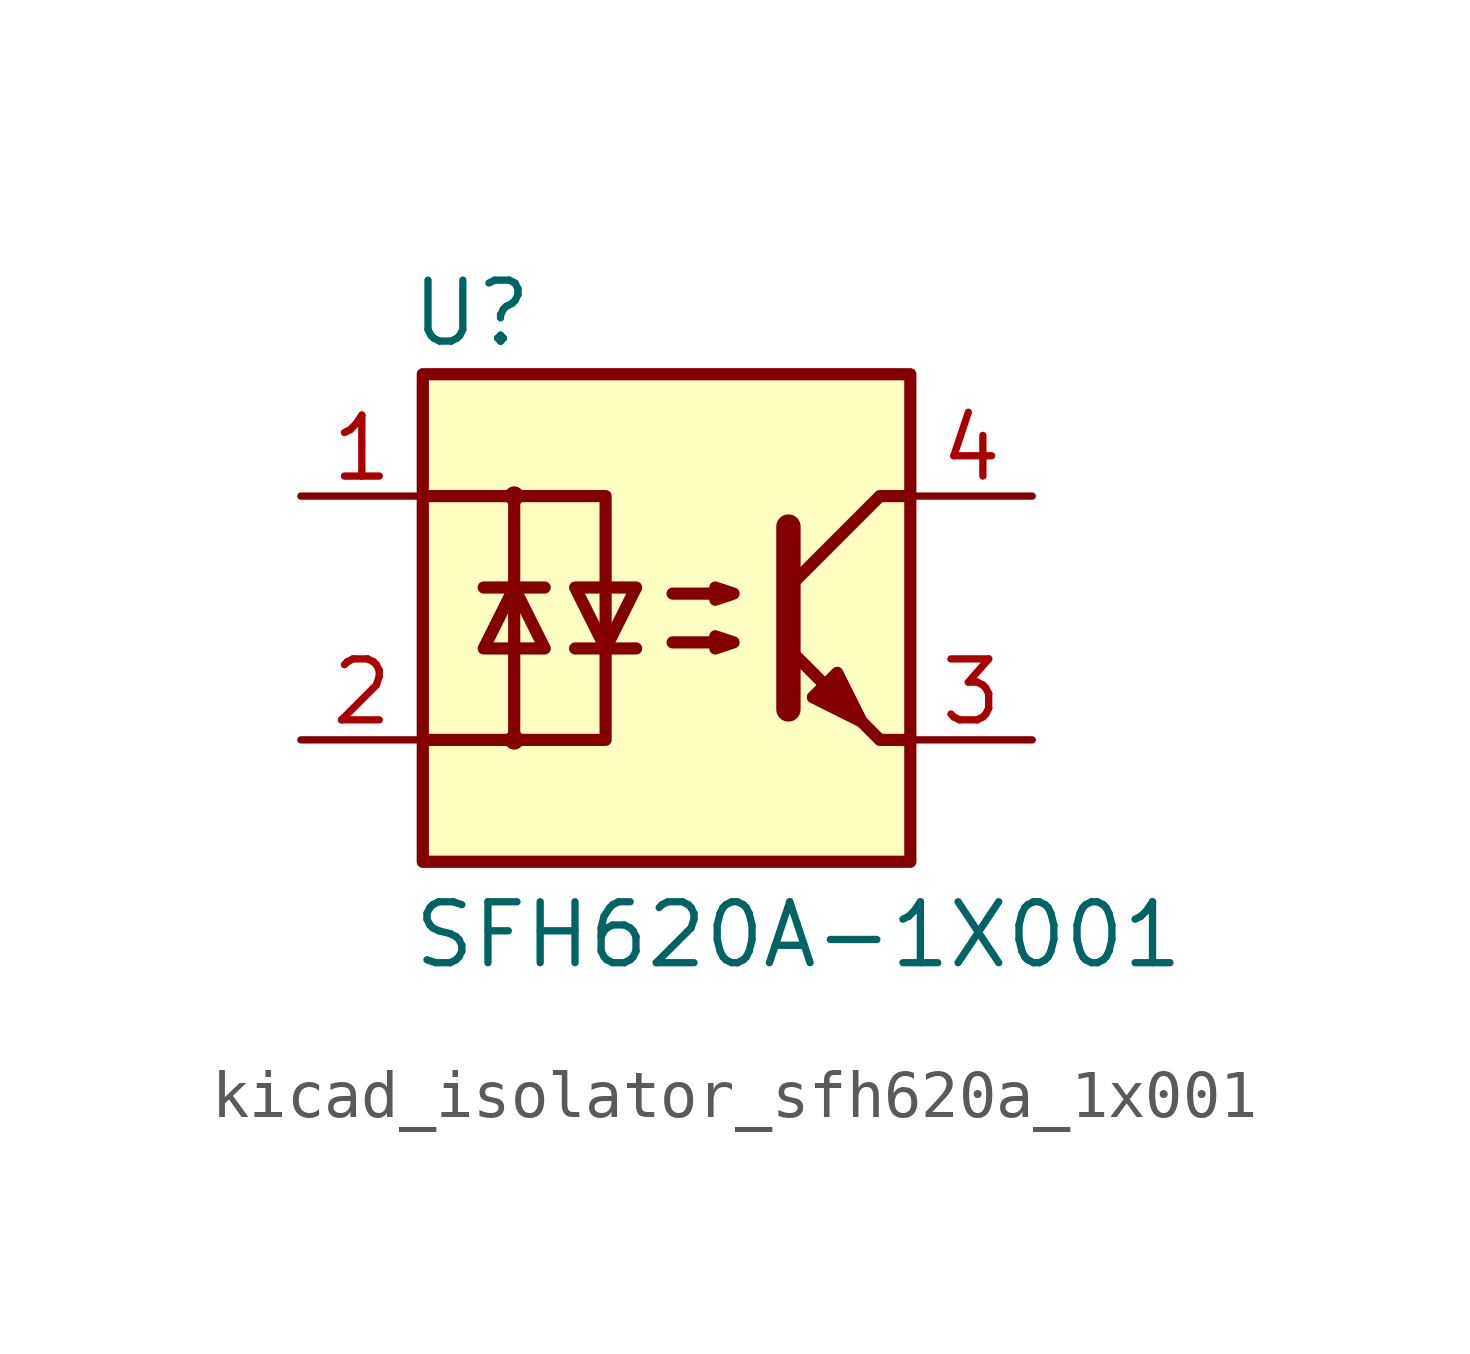
<source format=kicad_sym>
(kicad_symbol_lib
  (version 20220914)
  (generator kicad_symbol_editor)
  (symbol "kicad_isolator_sfh620a_1x001"
    (pin_names
      (offset 1.016))
    (property "Reference" "U"
      (at -4.064 6.35 0)
      (effects (font (size 1.27 1.27))))
    (property "Value" "SFH620A-1X001"
      (at -5.334 -6.604 0)
      (effects (font (size 1.27 1.27)) (justify left)))
    (symbol "kicad_isolator_sfh620a_1x001_0_1"
      (rectangle (start -5.08 5.08) (end 5.08 -5.08) (stroke (width 0.254) (type default)) (fill (type background))))
    (symbol "kicad_isolator_sfh620a_1x001_1_1"
      (circle (center -3.175 -2.54) (radius 0.127) (stroke (width 0) (type default)) (fill (type none)))
      (circle (center -3.175 2.54) (radius 0.127) (stroke (width 0) (type default)) (fill (type none)))
      (polyline (pts (xy -3.81 0.635) (xy -2.54 0.635)) (stroke (width 0.254) (type default)) (fill (type none)))
      (polyline (pts (xy -1.905 -0.635) (xy -0.635 -0.635)) (stroke (width 0.254) (type default)) (fill (type none)))
      (polyline (pts (xy 2.54 1.905) (xy 2.54 -1.905) (xy 2.54 -1.905)) (stroke (width 0.508) (type default)) (fill (type none)))
      (polyline (pts (xy 5.08 -2.54) (xy 4.445 -2.54) (xy 2.54 -0.635)) (stroke (width 0.254) (type default)) (fill (type none)))
      (polyline (pts (xy 5.08 2.54) (xy 4.445 2.54) (xy 2.54 0.635)) (stroke (width 0.254) (type default)) (fill (type none)))
      (polyline (pts (xy -5.08 2.54) (xy -3.175 2.54) (xy -3.175 -2.54) (xy -5.08 -2.54)) (stroke (width 0.254) (type default)) (fill (type none)))
      (polyline (pts (xy -3.175 -2.54) (xy -1.27 -2.54) (xy -1.27 2.54) (xy -3.175 2.54)) (stroke (width 0.254) (type default)) (fill (type none)))
      (polyline (pts (xy -3.175 0.635) (xy -3.81 -0.635) (xy -2.54 -0.635) (xy -3.175 0.635)) (stroke (width 0.254) (type default)) (fill (type none)))
      (polyline (pts (xy -1.27 -0.635) (xy -1.905 0.635) (xy -0.635 0.635) (xy -1.27 -0.635)) (stroke (width 0.254) (type default)) (fill (type none)))
      (polyline (pts (xy 0.127 -0.508) (xy 1.397 -0.508) (xy 1.016 -0.635) (xy 1.016 -0.381) (xy 1.397 -0.508)) (stroke (width 0.254) (type default)) (fill (type none)))
      (polyline (pts (xy 0.127 0.508) (xy 1.397 0.508) (xy 1.016 0.381) (xy 1.016 0.635) (xy 1.397 0.508)) (stroke (width 0.254) (type default)) (fill (type none)))
      (polyline (pts (xy 3.048 -1.651) (xy 3.556 -1.143) (xy 4.064 -2.159) (xy 3.048 -1.651) (xy 3.048 -1.651)) (stroke (width 0.254) (type default)) (fill (type outline)))
      (pin passive line (at -7.62 2.54 0) (length 2.54) (name "~" (effects (font (size 1.27 1.27)))) (number "1" (effects (font (size 1.27 1.27)))))
      (pin passive line (at -7.62 -2.54 0) (length 2.54) (name "~" (effects (font (size 1.27 1.27)))) (number "2" (effects (font (size 1.27 1.27)))))
      (pin passive line (at 7.62 -2.54 180) (length 2.54) (name "~" (effects (font (size 1.27 1.27)))) (number "3" (effects (font (size 1.27 1.27)))))
      (pin passive line (at 7.62 2.54 180) (length 2.54) (name "~" (effects (font (size 1.27 1.27)))) (number "4" (effects (font (size 1.27 1.27))))))))
</source>
